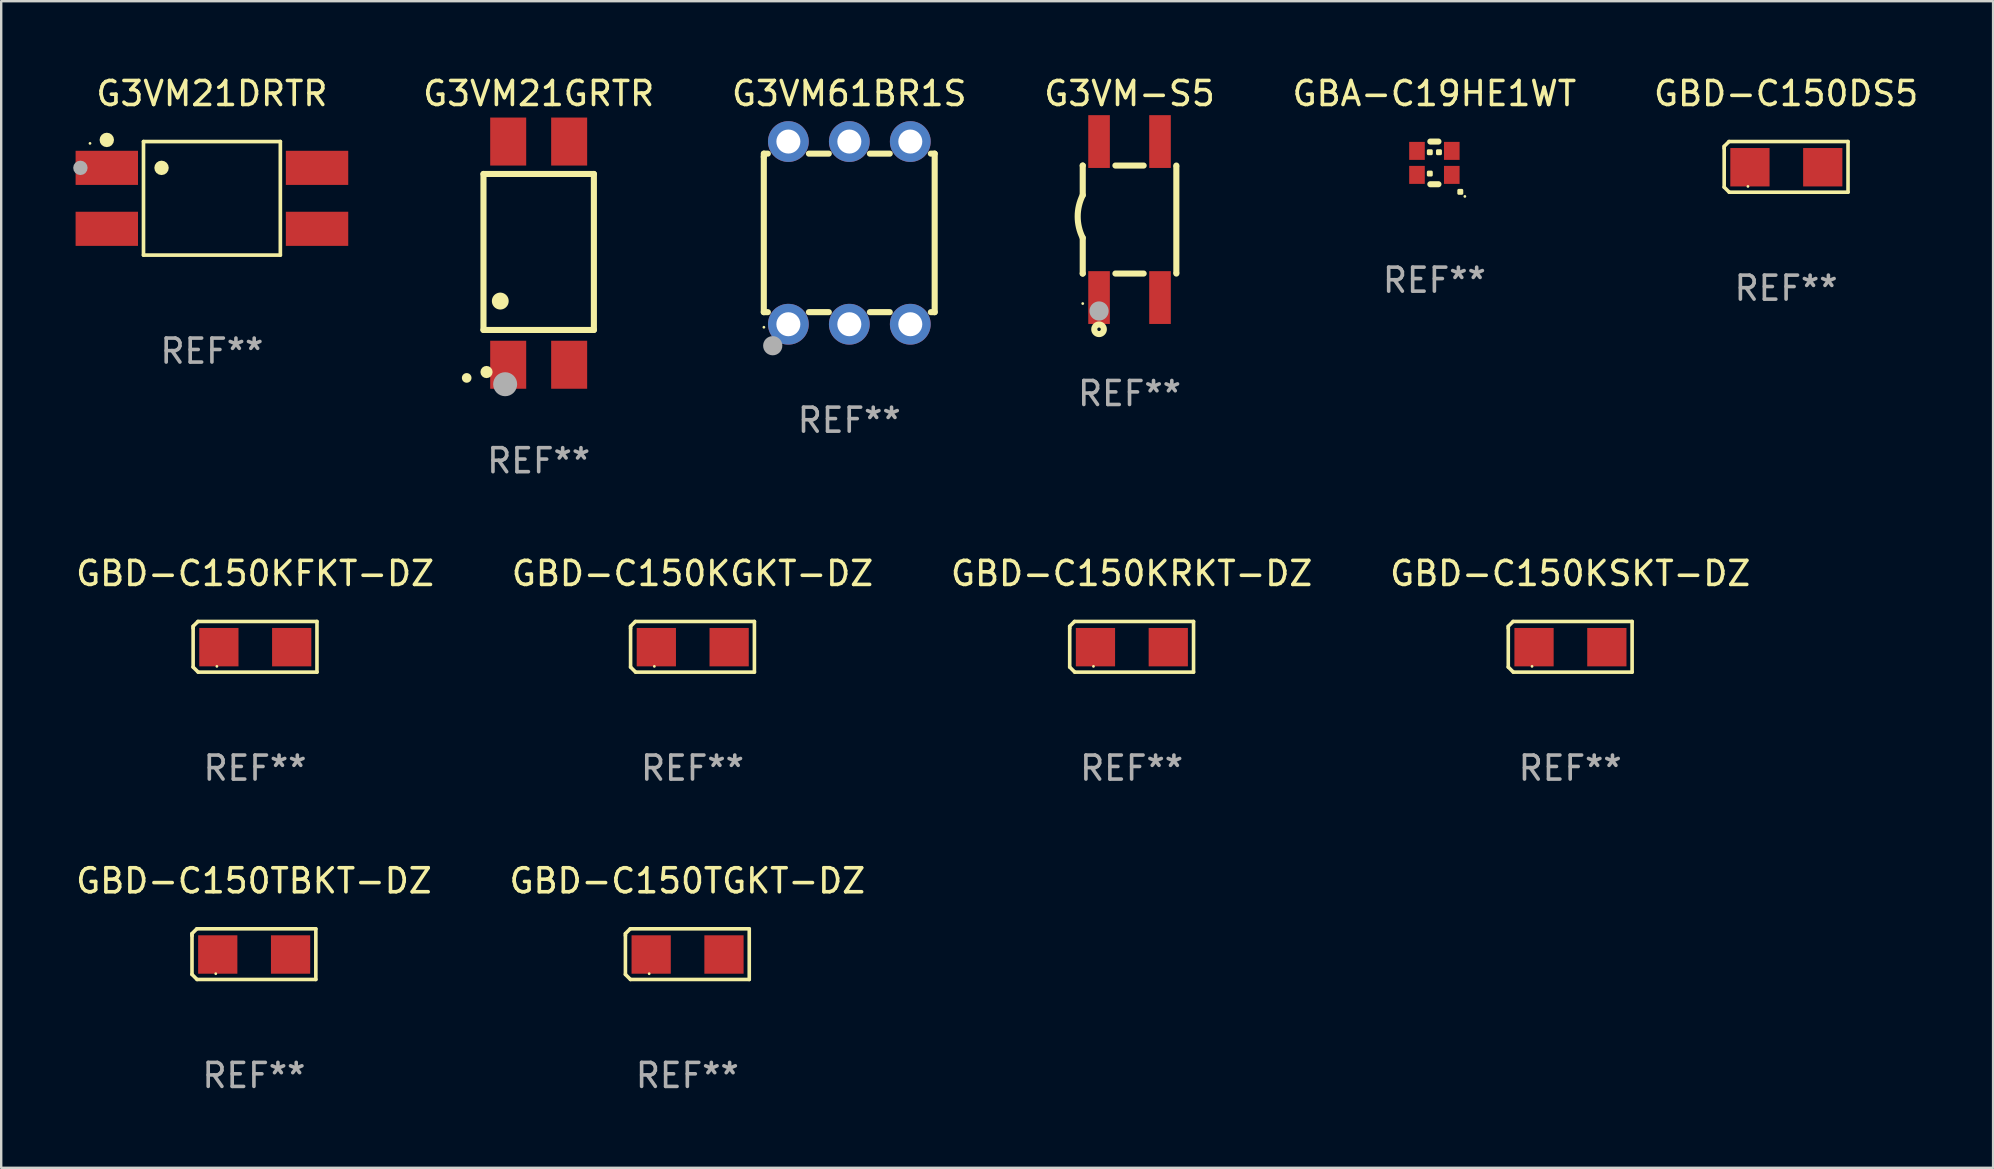
<source format=kicad_pcb>
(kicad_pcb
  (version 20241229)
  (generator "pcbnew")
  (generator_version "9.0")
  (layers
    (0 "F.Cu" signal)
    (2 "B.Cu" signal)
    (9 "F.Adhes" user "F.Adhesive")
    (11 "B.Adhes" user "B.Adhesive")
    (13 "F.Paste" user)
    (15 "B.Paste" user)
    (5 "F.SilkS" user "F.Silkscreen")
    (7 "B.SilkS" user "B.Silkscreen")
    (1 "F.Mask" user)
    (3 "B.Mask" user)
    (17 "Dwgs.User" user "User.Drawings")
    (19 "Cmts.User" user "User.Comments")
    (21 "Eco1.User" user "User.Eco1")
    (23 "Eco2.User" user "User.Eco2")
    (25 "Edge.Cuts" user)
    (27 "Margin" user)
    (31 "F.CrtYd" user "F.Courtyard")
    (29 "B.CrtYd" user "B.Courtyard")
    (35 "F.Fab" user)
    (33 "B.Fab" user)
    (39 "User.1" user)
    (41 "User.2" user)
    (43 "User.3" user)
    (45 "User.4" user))
  (footprint "G3VM61BR1S"
    (layer "F.Cu")
    (at 32.335 6.654)
    (property "Reference" "G3VM61BR1S" (at 0 -5.806 0) (layer "F.SilkS") (effects (font (size 1 1) (thickness 0.15))))
    (attr through_hole)
    (fp_line (start -3.56 -3.168) (end -3.56 -3.302) (stroke (width 0.254) (type solid)) (layer "F.SilkS"))
    (fp_line (start -3.56 -3.168) (end -3.56 3.302) (stroke (width 0.254) (type solid)) (layer "F.SilkS"))
    (fp_line (start -3.56 3.302) (end -3.391 3.302) (stroke (width 0.254) (type solid)) (layer "F.SilkS"))
    (fp_line (start -3.392 -3.302) (end -3.552 -3.302) (stroke (width 0.254) (type solid)) (layer "F.SilkS"))
    (fp_line (start -1.681 3.302) (end -0.851 3.302) (stroke (width 0.254) (type solid)) (layer "F.SilkS"))
    (fp_line (start -0.852 -3.302) (end -1.68 -3.302) (stroke (width 0.254) (type solid)) (layer "F.SilkS"))
    (fp_line (start 0.86 3.302) (end 1.689 3.302) (stroke (width 0.254) (type solid)) (layer "F.SilkS"))
    (fp_line (start 1.688 -3.302) (end 0.86 -3.302) (stroke (width 0.254) (type solid)) (layer "F.SilkS"))
    (fp_line (start 3.4 3.302) (end 3.56 3.302) (stroke (width 0.254) (type solid)) (layer "F.SilkS"))
    (fp_line (start 3.56 -3.302) (end 3.4 -3.302) (stroke (width 0.254) (type solid)) (layer "F.SilkS"))
    (fp_line (start 3.56 3.302) (end 3.56 -3.302) (stroke (width 0.254) (type solid)) (layer "F.SilkS"))
    (fp_circle (center -3.556 3.931) (end -3.526 3.931) (stroke (width 0.06) (type solid)) (fill no) (layer "F.SilkS"))
    (fp_circle (center -3.188 4.701) (end -2.988 4.701) (stroke (width 0.4) (type solid)) (fill no) (layer "F.Fab"))
    (fp_text user "REF**" (at 0 7.806 0) (layer "F.Fab") (effects (font (size 1 1) (thickness 0.15))))
    (pad "1" thru_hole circle (at -2.536 3.806) (size 1.7 1.7) (drill 1) (layers "*.Cu" "*.Mask"))
    (pad "2" thru_hole circle (at 0.004 3.806) (size 1.7 1.7) (drill 1) (layers "*.Cu" "*.Mask"))
    (pad "3" thru_hole circle (at 2.544 3.806) (size 1.7 1.7) (drill 1) (layers "*.Cu" "*.Mask"))
    (pad "4" thru_hole circle (at -2.536 -3.806) (size 1.7 1.7) (drill 1) (layers "*.Cu" "*.Mask"))
    (pad "5" thru_hole circle (at 0.004 -3.806) (size 1.7 1.7) (drill 1) (layers "*.Cu" "*.Mask"))
    (pad "6" thru_hole circle (at 2.544 -3.806) (size 1.7 1.7) (drill 1) (layers "*.Cu" "*.Mask")))
  (footprint "GBD-C150TBKT-DZ"
    (layer "F.Cu")
    (at 7.53 36.706)
    (property "Reference" "GBD-C150TBKT-DZ" (at 0 -3.055 0) (layer "F.SilkS") (effects (font (size 1 1) (thickness 0.15))))
    (attr through_hole)
    (fp_line (start -2.58 -0.855) (end -2.38 -1.055) (stroke (width 0.15) (type solid)) (layer "F.SilkS"))
    (fp_line (start -2.58 -0.775) (end -2.58 -0.855) (stroke (width 0.15) (type solid)) (layer "F.SilkS"))
    (fp_line (start -2.58 -0.775) (end -2.58 0.845) (stroke (width 0.15) (type solid)) (layer "F.SilkS"))
    (fp_line (start -2.58 0.845) (end -2.37 1.055) (stroke (width 0.15) (type solid)) (layer "F.SilkS"))
    (fp_line (start -2.38 -1.055) (end 2.58 -1.055) (stroke (width 0.15) (type solid)) (layer "F.SilkS"))
    (fp_line (start 2.58 -1.055) (end 2.58 1.055) (stroke (width 0.15) (type solid)) (layer "F.SilkS"))
    (fp_line (start 2.58 1.055) (end -2.37 1.055) (stroke (width 0.15) (type solid)) (layer "F.SilkS"))
    (fp_circle (center -1.59 0.815) (end -1.56 0.815) (stroke (width 0.06) (type solid)) (fill no) (layer "F.SilkS"))
    (fp_text user "REF**" (at 0 5.055 0) (layer "F.Fab") (effects (font (size 1 1) (thickness 0.15))))
    (pad "1" smd rect (at -1.507 0.015) (size 1.635 1.6) (layers "F.Cu" "F.Mask" "F.Paste"))
    (pad "2" smd rect (at 1.527 0.015) (size 1.635 1.6) (layers "F.Cu" "F.Mask" "F.Paste")))
  (footprint "GBD-C150KGKT-DZ"
    (layer "F.Cu")
    (at 25.804 23.9)
    (property "Reference" "GBD-C150KGKT-DZ" (at 0 -3.055 0) (layer "F.SilkS") (effects (font (size 1 1) (thickness 0.15))))
    (attr through_hole)
    (fp_line (start -2.58 -0.855) (end -2.38 -1.055) (stroke (width 0.15) (type solid)) (layer "F.SilkS"))
    (fp_line (start -2.58 -0.775) (end -2.58 -0.855) (stroke (width 0.15) (type solid)) (layer "F.SilkS"))
    (fp_line (start -2.58 -0.775) (end -2.58 0.845) (stroke (width 0.15) (type solid)) (layer "F.SilkS"))
    (fp_line (start -2.58 0.845) (end -2.37 1.055) (stroke (width 0.15) (type solid)) (layer "F.SilkS"))
    (fp_line (start -2.38 -1.055) (end 2.58 -1.055) (stroke (width 0.15) (type solid)) (layer "F.SilkS"))
    (fp_line (start 2.58 -1.055) (end 2.58 1.055) (stroke (width 0.15) (type solid)) (layer "F.SilkS"))
    (fp_line (start 2.58 1.055) (end -2.37 1.055) (stroke (width 0.15) (type solid)) (layer "F.SilkS"))
    (fp_circle (center -1.59 0.815) (end -1.56 0.815) (stroke (width 0.06) (type solid)) (fill no) (layer "F.SilkS"))
    (fp_text user "REF**" (at 0 5.055 0) (layer "F.Fab") (effects (font (size 1 1) (thickness 0.15))))
    (pad "1" smd rect (at -1.507 0.015) (size 1.635 1.6) (layers "F.Cu" "F.Mask" "F.Paste"))
    (pad "2" smd rect (at 1.527 0.015) (size 1.635 1.6) (layers "F.Cu" "F.Mask" "F.Paste")))
  (footprint "GBD-C150DS5"
    (layer "F.Cu")
    (at 71.371 3.903)
    (property "Reference" "GBD-C150DS5" (at 0 -3.055 0) (layer "F.SilkS") (effects (font (size 1 1) (thickness 0.15))))
    (attr through_hole)
    (fp_line (start -2.58 -0.855) (end -2.38 -1.055) (stroke (width 0.15) (type solid)) (layer "F.SilkS"))
    (fp_line (start -2.58 -0.775) (end -2.58 -0.855) (stroke (width 0.15) (type solid)) (layer "F.SilkS"))
    (fp_line (start -2.58 -0.775) (end -2.58 0.845) (stroke (width 0.15) (type solid)) (layer "F.SilkS"))
    (fp_line (start -2.58 0.845) (end -2.37 1.055) (stroke (width 0.15) (type solid)) (layer "F.SilkS"))
    (fp_line (start -2.38 -1.055) (end 2.58 -1.055) (stroke (width 0.15) (type solid)) (layer "F.SilkS"))
    (fp_line (start 2.58 -1.055) (end 2.58 1.055) (stroke (width 0.15) (type solid)) (layer "F.SilkS"))
    (fp_line (start 2.58 1.055) (end -2.37 1.055) (stroke (width 0.15) (type solid)) (layer "F.SilkS"))
    (fp_circle (center -1.59 0.815) (end -1.56 0.815) (stroke (width 0.06) (type solid)) (fill no) (layer "F.SilkS"))
    (fp_text user "REF**" (at 0 5.055 0) (layer "F.Fab") (effects (font (size 1 1) (thickness 0.15))))
    (pad "1" smd rect (at -1.507 0.015) (size 1.635 1.6) (layers "F.Cu" "F.Mask" "F.Paste"))
    (pad "2" smd rect (at 1.527 0.015) (size 1.635 1.6) (layers "F.Cu" "F.Mask" "F.Paste")))
  (footprint "G3VM21DRTR"
    (layer "F.Cu")
    (at 5.78 5.214)
    (property "Reference" "G3VM21DRTR" (at 0 -4.366 0) (layer "F.SilkS") (effects (font (size 1 1) (thickness 0.15))))
    (attr through_hole)
    (fp_line (start -2.851 -2.366) (end 2.851 -2.366) (stroke (width 0.152) (type solid)) (layer "F.SilkS"))
    (fp_line (start -2.851 2.366) (end -2.851 -2.366) (stroke (width 0.152) (type solid)) (layer "F.SilkS"))
    (fp_line (start 2.851 -2.366) (end 2.851 2.366) (stroke (width 0.152) (type solid)) (layer "F.SilkS"))
    (fp_line (start 2.851 2.366) (end -2.851 2.366) (stroke (width 0.152) (type solid)) (layer "F.SilkS"))
    (fp_circle (center -5.08 -2.29) (end -5.05 -2.29) (stroke (width 0.06) (type solid)) (fill no) (layer "F.SilkS"))
    (fp_circle (center -4.38 -2.434) (end -4.23 -2.434) (stroke (width 0.3) (type solid)) (fill no) (layer "F.SilkS"))
    (fp_circle (center -2.099 -1.27) (end -1.949 -1.27) (stroke (width 0.3) (type solid)) (fill no) (layer "F.SilkS"))
    (fp_circle (center -5.48 -1.27) (end -5.33 -1.27) (stroke (width 0.3) (type solid)) (fill no) (layer "F.Fab"))
    (fp_text user "REF**" (at 0 6.366 0) (layer "F.Fab") (effects (font (size 1 1) (thickness 0.15))))
    (pad "1" smd rect (at -4.38 -1.27 270) (size 1.422 2.6) (layers "F.Cu" "F.Mask" "F.Paste"))
    (pad "2" smd rect (at -4.38 1.27 270) (size 1.422 2.6) (layers "F.Cu" "F.Mask" "F.Paste"))
    (pad "3" smd rect (at 4.38 1.27 270) (size 1.422 2.6) (layers "F.Cu" "F.Mask" "F.Paste"))
    (pad "4" smd rect (at 4.38 -1.27 270) (size 1.422 2.6) (layers "F.Cu" "F.Mask" "F.Paste")))
  (footprint "G3VM21GRTR"
    (layer "F.Cu")
    (at 19.395 7.498)
    (property "Reference" "G3VM21GRTR" (at 0 -6.65 0) (layer "F.SilkS") (effects (font (size 1 1) (thickness 0.15))))
    (attr through_hole)
    (fp_line (start -2.3 -3.3) (end -2.3 3.2) (stroke (width 0.254) (type solid)) (layer "F.SilkS"))
    (fp_line (start -2.3 -3.3) (end 2.3 -3.3) (stroke (width 0.254) (type solid)) (layer "F.SilkS"))
    (fp_line (start -2.3 3.2) (end 2.3 3.2) (stroke (width 0.254) (type solid)) (layer "F.SilkS"))
    (fp_line (start 2.3 -3.3) (end 2.3 3.2) (stroke (width 0.254) (type solid)) (layer "F.SilkS"))
    (fp_arc (start -2.999746 5.19939) (mid -2.99975 5.19812) (end -2.999746 5.19685) (stroke (width 0.4) (type solid)) (layer "F.SilkS"))
    (fp_arc (start -1.600203 1.998984) (mid -1.600212 1.996444) (end -1.600203 1.993904) (stroke (width 0.700003) (type solid)) (layer "F.SilkS"))
    (fp_circle (center -2.173 4.953) (end -2.046 4.953) (stroke (width 0.254) (type solid)) (fill no) (layer "F.SilkS"))
    (fp_circle (center -1.397 5.461) (end -1.147 5.461) (stroke (width 0.5) (type solid)) (fill no) (layer "F.Fab"))
    (fp_text user "REF**" (at 0 8.65 0) (layer "F.Fab") (effects (font (size 1 1) (thickness 0.15))))
    (pad "1" smd rect (at -1.27 4.65 180) (size 1.5 2) (layers "F.Cu" "F.Mask" "F.Paste"))
    (pad "2" smd rect (at 1.27 4.65 180) (size 1.5 2) (layers "F.Cu" "F.Mask" "F.Paste"))
    (pad "3" smd rect (at 1.27 -4.65 180) (size 1.5 2) (layers "F.Cu" "F.Mask" "F.Paste"))
    (pad "4" smd rect (at -1.27 -4.65 180) (size 1.5 2) (layers "F.Cu" "F.Mask" "F.Paste")))
  (footprint "GBA-C19HE1WT"
    (layer "F.Cu")
    (at 56.716 3.737)
    (property "Reference" "GBA-C19HE1WT" (at 0 -2.889 0) (layer "F.SilkS") (effects (font (size 1 1) (thickness 0.15))))
    (attr through_hole)
    (fp_line (start 0.169 -0.889) (end -0.169 -0.889) (stroke (width 0.254) (type solid)) (layer "F.SilkS"))
    (fp_line (start 0.169 0.889) (end -0.169 0.889) (stroke (width 0.254) (type solid)) (layer "F.SilkS"))
    (fp_circle (center 1.27 1.397) (end 1.3 1.397) (stroke (width 0.06) (type solid)) (fill no) (layer "F.SilkS"))
    (fp_poly (pts (xy -0.254 -0.508) (xy -0.127 -0.508) (xy -0.127 -0.381) (xy -0.254 -0.381)) (stroke (width 0.12) (type solid)) (fill yes) (layer "F.SilkS"))
    (fp_poly (pts (xy -0.254 0.381) (xy -0.127 0.381) (xy -0.127 0.508) (xy -0.254 0.508)) (stroke (width 0.12) (type solid)) (fill yes) (layer "F.SilkS"))
    (fp_poly (pts (xy 0.127 -0.508) (xy 0.254 -0.508) (xy 0.254 -0.381) (xy 0.127 -0.381)) (stroke (width 0.12) (type solid)) (fill yes) (layer "F.SilkS"))
    (fp_poly (pts (xy 1.016 1.143) (xy 1.143 1.143) (xy 1.143 1.27) (xy 1.016 1.27)) (stroke (width 0.12) (type solid)) (fill yes) (layer "F.SilkS"))
    (fp_text user "REF**" (at 0 4.889 0) (layer "F.Fab") (effects (font (size 1 1) (thickness 0.15))))
    (pad "1" smd rect (at 0.725 0.5 270) (size 0.75 0.65) (layers "F.Cu" "F.Mask" "F.Paste"))
    (pad "2" smd rect (at -0.725 0.5 270) (size 0.75 0.65) (layers "F.Cu" "F.Mask" "F.Paste"))
    (pad "3" smd rect (at -0.725 -0.5 270) (size 0.75 0.65) (layers "F.Cu" "F.Mask" "F.Paste"))
    (pad "4" smd rect (at 0.725 -0.5 270) (size 0.75 0.65) (layers "F.Cu" "F.Mask" "F.Paste")))
  (footprint "GBD-C150KRKT-DZ"
    (layer "F.Cu")
    (at 44.101 23.9)
    (property "Reference" "GBD-C150KRKT-DZ" (at 0 -3.055 0) (layer "F.SilkS") (effects (font (size 1 1) (thickness 0.15))))
    (attr through_hole)
    (fp_line (start -2.58 -0.855) (end -2.38 -1.055) (stroke (width 0.15) (type solid)) (layer "F.SilkS"))
    (fp_line (start -2.58 -0.775) (end -2.58 -0.855) (stroke (width 0.15) (type solid)) (layer "F.SilkS"))
    (fp_line (start -2.58 -0.775) (end -2.58 0.845) (stroke (width 0.15) (type solid)) (layer "F.SilkS"))
    (fp_line (start -2.58 0.845) (end -2.37 1.055) (stroke (width 0.15) (type solid)) (layer "F.SilkS"))
    (fp_line (start -2.38 -1.055) (end 2.58 -1.055) (stroke (width 0.15) (type solid)) (layer "F.SilkS"))
    (fp_line (start 2.58 -1.055) (end 2.58 1.055) (stroke (width 0.15) (type solid)) (layer "F.SilkS"))
    (fp_line (start 2.58 1.055) (end -2.37 1.055) (stroke (width 0.15) (type solid)) (layer "F.SilkS"))
    (fp_circle (center -1.59 0.815) (end -1.56 0.815) (stroke (width 0.06) (type solid)) (fill no) (layer "F.SilkS"))
    (fp_text user "REF**" (at 0 5.055 0) (layer "F.Fab") (effects (font (size 1 1) (thickness 0.15))))
    (pad "1" smd rect (at -1.507 0.015) (size 1.635 1.6) (layers "F.Cu" "F.Mask" "F.Paste"))
    (pad "2" smd rect (at 1.527 0.015) (size 1.635 1.6) (layers "F.Cu" "F.Mask" "F.Paste")))
  (footprint "G3VM-S5"
    (layer "F.Cu")
    (at 44.014 6.098)
    (property "Reference" "G3VM-S5" (at 0 -5.25 0) (layer "F.SilkS") (effects (font (size 1 1) (thickness 0.15))))
    (attr through_hole)
    (fp_line (start -1.95 -2.25) (end -1.951 -2.25) (stroke (width 0.254) (type solid)) (layer "F.SilkS"))
    (fp_line (start -1.95 -2.25) (end -1.95 -1.016) (stroke (width 0.254) (type solid)) (layer "F.SilkS"))
    (fp_line (start -1.95 2.25) (end -1.951 2.25) (stroke (width 0.254) (type solid)) (layer "F.SilkS"))
    (fp_line (start -1.95 2.25) (end -1.95 0.762) (stroke (width 0.254) (type solid)) (layer "F.SilkS"))
    (fp_line (start -0.589 -2.25) (end 0.589 -2.25) (stroke (width 0.254) (type solid)) (layer "F.SilkS"))
    (fp_line (start -0.589 2.25) (end 0.589 2.25) (stroke (width 0.254) (type solid)) (layer "F.SilkS"))
    (fp_line (start 1.95 -2.2) (end 1.95 2.2) (stroke (width 0.254) (type solid)) (layer "F.SilkS"))
    (fp_line (start 1.951 -2.25) (end 1.95 -2.25) (stroke (width 0.254) (type solid)) (layer "F.SilkS"))
    (fp_line (start 1.951 2.25) (end 1.95 2.25) (stroke (width 0.254) (type solid)) (layer "F.SilkS"))
    (fp_arc (start -1.950711 0.762001) (mid -2.160315 -0.12709) (end -1.949949 -1.016002) (stroke (width 0.254001) (type solid)) (layer "F.SilkS"))
    (fp_circle (center -1.95 3.5) (end -1.92 3.5) (stroke (width 0.06) (type solid)) (fill no) (layer "F.SilkS"))
    (fp_circle (center -1.27 4.572) (end -1.07 4.572) (stroke (width 0.254) (type solid)) (fill no) (layer "F.SilkS"))
    (fp_circle (center -1.27 3.81) (end -1.07 3.81) (stroke (width 0.4) (type solid)) (fill no) (layer "F.Fab"))
    (fp_text user "REF**" (at 0 7.25 0) (layer "F.Fab") (effects (font (size 1 1) (thickness 0.15))))
    (pad "1" smd rect (at -1.27 3.25 90) (size 2.2 0.9) (layers "F.Cu" "F.Mask" "F.Paste"))
    (pad "2" smd rect (at 1.27 3.25 90) (size 2.2 0.9) (layers "F.Cu" "F.Mask" "F.Paste"))
    (pad "3" smd rect (at 1.27 -3.25 90) (size 2.2 0.9) (layers "F.Cu" "F.Mask" "F.Paste"))
    (pad "4" smd rect (at -1.27 -3.25 90) (size 2.2 0.9) (layers "F.Cu" "F.Mask" "F.Paste")))
  (footprint "GBD-C150KSKT-DZ"
    (layer "F.Cu")
    (at 62.375 23.9)
    (property "Reference" "GBD-C150KSKT-DZ" (at 0 -3.055 0) (layer "F.SilkS") (effects (font (size 1 1) (thickness 0.15))))
    (attr through_hole)
    (fp_line (start -2.58 -0.855) (end -2.38 -1.055) (stroke (width 0.15) (type solid)) (layer "F.SilkS"))
    (fp_line (start -2.58 -0.775) (end -2.58 -0.855) (stroke (width 0.15) (type solid)) (layer "F.SilkS"))
    (fp_line (start -2.58 -0.775) (end -2.58 0.845) (stroke (width 0.15) (type solid)) (layer "F.SilkS"))
    (fp_line (start -2.58 0.845) (end -2.37 1.055) (stroke (width 0.15) (type solid)) (layer "F.SilkS"))
    (fp_line (start -2.38 -1.055) (end 2.58 -1.055) (stroke (width 0.15) (type solid)) (layer "F.SilkS"))
    (fp_line (start 2.58 -1.055) (end 2.58 1.055) (stroke (width 0.15) (type solid)) (layer "F.SilkS"))
    (fp_line (start 2.58 1.055) (end -2.37 1.055) (stroke (width 0.15) (type solid)) (layer "F.SilkS"))
    (fp_circle (center -1.59 0.815) (end -1.56 0.815) (stroke (width 0.06) (type solid)) (fill no) (layer "F.SilkS"))
    (fp_text user "REF**" (at 0 5.055 0) (layer "F.Fab") (effects (font (size 1 1) (thickness 0.15))))
    (pad "1" smd rect (at -1.507 0.015) (size 1.635 1.6) (layers "F.Cu" "F.Mask" "F.Paste"))
    (pad "2" smd rect (at 1.527 0.015) (size 1.635 1.6) (layers "F.Cu" "F.Mask" "F.Paste")))
  (footprint "GBD-C150TGKT-DZ"
    (layer "F.Cu")
    (at 25.589 36.706)
    (property "Reference" "GBD-C150TGKT-DZ" (at 0 -3.055 0) (layer "F.SilkS") (effects (font (size 1 1) (thickness 0.15))))
    (attr through_hole)
    (fp_line (start -2.58 -0.855) (end -2.38 -1.055) (stroke (width 0.15) (type solid)) (layer "F.SilkS"))
    (fp_line (start -2.58 -0.775) (end -2.58 -0.855) (stroke (width 0.15) (type solid)) (layer "F.SilkS"))
    (fp_line (start -2.58 -0.775) (end -2.58 0.845) (stroke (width 0.15) (type solid)) (layer "F.SilkS"))
    (fp_line (start -2.58 0.845) (end -2.37 1.055) (stroke (width 0.15) (type solid)) (layer "F.SilkS"))
    (fp_line (start -2.38 -1.055) (end 2.58 -1.055) (stroke (width 0.15) (type solid)) (layer "F.SilkS"))
    (fp_line (start 2.58 -1.055) (end 2.58 1.055) (stroke (width 0.15) (type solid)) (layer "F.SilkS"))
    (fp_line (start 2.58 1.055) (end -2.37 1.055) (stroke (width 0.15) (type solid)) (layer "F.SilkS"))
    (fp_circle (center -1.59 0.815) (end -1.56 0.815) (stroke (width 0.06) (type solid)) (fill no) (layer "F.SilkS"))
    (fp_text user "REF**" (at 0 5.055 0) (layer "F.Fab") (effects (font (size 1 1) (thickness 0.15))))
    (pad "1" smd rect (at -1.507 0.015) (size 1.635 1.6) (layers "F.Cu" "F.Mask" "F.Paste"))
    (pad "2" smd rect (at 1.527 0.015) (size 1.635 1.6) (layers "F.Cu" "F.Mask" "F.Paste")))
  (footprint "GBD-C150KFKT-DZ"
    (layer "F.Cu")
    (at 7.577 23.9)
    (property "Reference" "GBD-C150KFKT-DZ" (at 0 -3.055 0) (layer "F.SilkS") (effects (font (size 1 1) (thickness 0.15))))
    (attr through_hole)
    (fp_line (start -2.58 -0.855) (end -2.38 -1.055) (stroke (width 0.15) (type solid)) (layer "F.SilkS"))
    (fp_line (start -2.58 -0.775) (end -2.58 -0.855) (stroke (width 0.15) (type solid)) (layer "F.SilkS"))
    (fp_line (start -2.58 -0.775) (end -2.58 0.845) (stroke (width 0.15) (type solid)) (layer "F.SilkS"))
    (fp_line (start -2.58 0.845) (end -2.37 1.055) (stroke (width 0.15) (type solid)) (layer "F.SilkS"))
    (fp_line (start -2.38 -1.055) (end 2.58 -1.055) (stroke (width 0.15) (type solid)) (layer "F.SilkS"))
    (fp_line (start 2.58 -1.055) (end 2.58 1.055) (stroke (width 0.15) (type solid)) (layer "F.SilkS"))
    (fp_line (start 2.58 1.055) (end -2.37 1.055) (stroke (width 0.15) (type solid)) (layer "F.SilkS"))
    (fp_circle (center -1.59 0.815) (end -1.56 0.815) (stroke (width 0.06) (type solid)) (fill no) (layer "F.SilkS"))
    (fp_text user "REF**" (at 0 5.055 0) (layer "F.Fab") (effects (font (size 1 1) (thickness 0.15))))
    (pad "1" smd rect (at -1.507 0.015) (size 1.635 1.6) (layers "F.Cu" "F.Mask" "F.Paste"))
    (pad "2" smd rect (at 1.527 0.015) (size 1.635 1.6) (layers "F.Cu" "F.Mask" "F.Paste")))
  (gr_rect
    (start -3 -3)
    (end 79.996 45.609)
    (stroke (width 0.1) (type default))
    (fill no)
    (layer "Edge.Cuts")))
</source>
